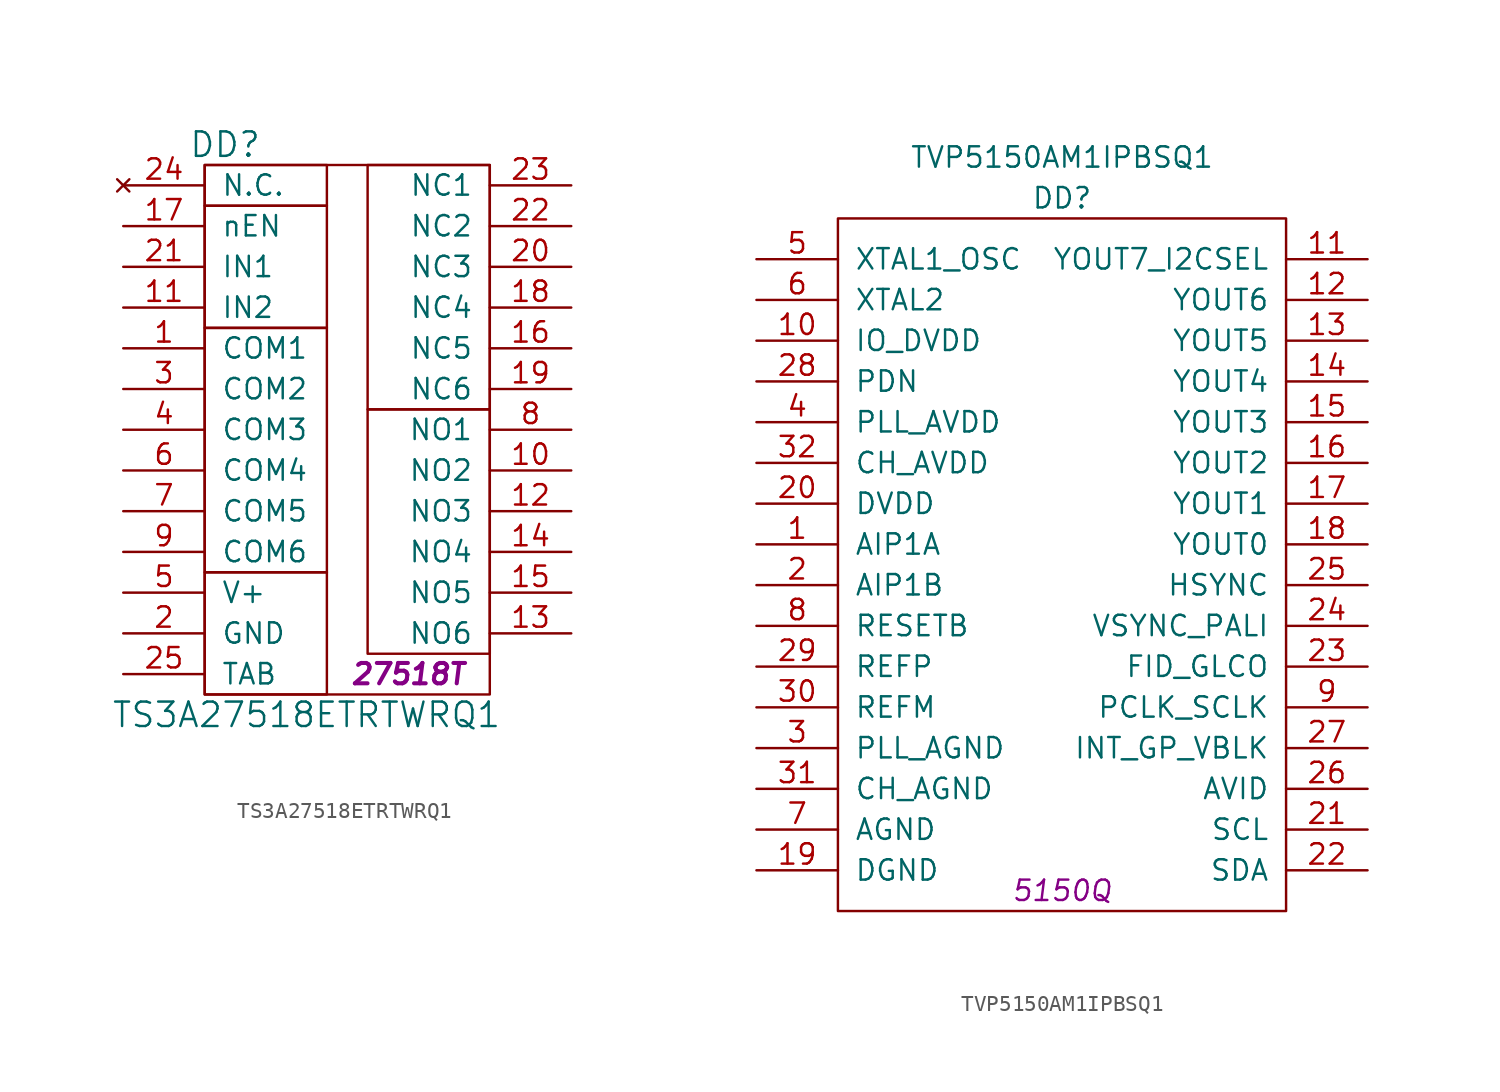
<source format=kicad_sym>
(kicad_symbol_lib
  (version 20211014)
  (generator kicad_symbol_editor)
  (symbol "TS3A27518ETRTWRQ1"
    (pin_names
      (offset 1.016))
    (property "Reference" "DD"
      (at -7.62 16.51 0)
      (effects (font (size 1.524 1.524))))
    (property "Value" "TS3A27518ETRTWRQ1"
      (at -2.54 -19.05 0)
      (effects (font (size 1.524 1.524))))
    (property "Mark" "27518T"
      (at 3.81 -16.51 0)
      (effects (font (size 1.27 1.27) bold italic)))
    (symbol "TS3A27518ETRTWRQ1_0_1"
      (rectangle (start -8.89 -10.16) (end -1.27 -17.78) (stroke (width 0) (type default) (color 0 0 0 0)) (fill (type none)))
      (rectangle (start -8.89 5.08) (end -1.27 -10.16) (stroke (width 0) (type default) (color 0 0 0 0)) (fill (type none)))
      (rectangle (start -8.89 12.7) (end -1.27 5.08) (stroke (width 0) (type default) (color 0 0 0 0)) (fill (type none)))
      (rectangle (start -8.89 15.24) (end -1.27 12.7) (stroke (width 0) (type default) (color 0 0 0 0)) (fill (type none)))
      (rectangle (start -8.89 15.24) (end 8.89 -17.78) (stroke (width 0) (type default) (color 0 0 0 0)) (fill (type none)))
      (rectangle (start 1.27 0) (end 8.89 -15.24) (stroke (width 0) (type default) (color 0 0 0 0)) (fill (type none)))
      (rectangle (start 1.27 15.24) (end 8.89 0) (stroke (width 0) (type default) (color 0 0 0 0)) (fill (type none))))
    (symbol "TS3A27518ETRTWRQ1_1_1"
      (pin passive line (at -13.97 3.81 0) (length 5.08) (name "COM1" (effects (font (size 1.27 1.27)))) (number "1" (effects (font (size 1.27 1.27)))))
      (pin passive line (at 13.97 -3.81 180) (length 5.08) (name "NO2" (effects (font (size 1.27 1.27)))) (number "10" (effects (font (size 1.27 1.27)))))
      (pin passive line (at -13.97 6.35 0) (length 5.08) (name "IN2" (effects (font (size 1.27 1.27)))) (number "11" (effects (font (size 1.27 1.27)))))
      (pin passive line (at 13.97 -6.35 180) (length 5.08) (name "NO3" (effects (font (size 1.27 1.27)))) (number "12" (effects (font (size 1.27 1.27)))))
      (pin passive line (at 13.97 -13.97 180) (length 5.08) (name "NO6" (effects (font (size 1.27 1.27)))) (number "13" (effects (font (size 1.27 1.27)))))
      (pin passive line (at 13.97 -8.89 180) (length 5.08) (name "NO4" (effects (font (size 1.27 1.27)))) (number "14" (effects (font (size 1.27 1.27)))))
      (pin passive line (at 13.97 -11.43 180) (length 5.08) (name "NO5" (effects (font (size 1.27 1.27)))) (number "15" (effects (font (size 1.27 1.27)))))
      (pin passive line (at 13.97 3.81 180) (length 5.08) (name "NC5" (effects (font (size 1.27 1.27)))) (number "16" (effects (font (size 1.27 1.27)))))
      (pin passive line (at -13.97 11.43 0) (length 5.08) (name "nEN" (effects (font (size 1.27 1.27)))) (number "17" (effects (font (size 1.27 1.27)))))
      (pin passive line (at 13.97 6.35 180) (length 5.08) (name "NC4" (effects (font (size 1.27 1.27)))) (number "18" (effects (font (size 1.27 1.27)))))
      (pin passive line (at 13.97 1.27 180) (length 5.08) (name "NC6" (effects (font (size 1.27 1.27)))) (number "19" (effects (font (size 1.27 1.27)))))
      (pin passive line (at -13.97 -13.97 0) (length 5.08) (name "GND" (effects (font (size 1.27 1.27)))) (number "2" (effects (font (size 1.27 1.27)))))
      (pin passive line (at 13.97 8.89 180) (length 5.08) (name "NC3" (effects (font (size 1.27 1.27)))) (number "20" (effects (font (size 1.27 1.27)))))
      (pin passive line (at -13.97 8.89 0) (length 5.08) (name "IN1" (effects (font (size 1.27 1.27)))) (number "21" (effects (font (size 1.27 1.27)))))
      (pin passive line (at 13.97 11.43 180) (length 5.08) (name "NC2" (effects (font (size 1.27 1.27)))) (number "22" (effects (font (size 1.27 1.27)))))
      (pin passive line (at 13.97 13.97 180) (length 5.08) (name "NC1" (effects (font (size 1.27 1.27)))) (number "23" (effects (font (size 1.27 1.27)))))
      (pin no_connect line (at -13.97 13.97 0) (length 5.08) (name "N.C." (effects (font (size 1.27 1.27)))) (number "24" (effects (font (size 1.27 1.27)))))
      (pin passive line (at -13.97 -16.51 0) (length 5.08) (name "TAB" (effects (font (size 1.27 1.27)))) (number "25" (effects (font (size 1.27 1.27)))))
      (pin passive line (at -13.97 1.27 0) (length 5.08) (name "COM2" (effects (font (size 1.27 1.27)))) (number "3" (effects (font (size 1.27 1.27)))))
      (pin passive line (at -13.97 -1.27 0) (length 5.08) (name "COM3" (effects (font (size 1.27 1.27)))) (number "4" (effects (font (size 1.27 1.27)))))
      (pin passive line (at -13.97 -11.43 0) (length 5.08) (name "V+" (effects (font (size 1.27 1.27)))) (number "5" (effects (font (size 1.27 1.27)))))
      (pin passive line (at -13.97 -3.81 0) (length 5.08) (name "COM4" (effects (font (size 1.27 1.27)))) (number "6" (effects (font (size 1.27 1.27)))))
      (pin passive line (at -13.97 -6.35 0) (length 5.08) (name "COM5" (effects (font (size 1.27 1.27)))) (number "7" (effects (font (size 1.27 1.27)))))
      (pin passive line (at 13.97 -1.27 180) (length 5.08) (name "NO1" (effects (font (size 1.27 1.27)))) (number "8" (effects (font (size 1.27 1.27)))))
      (pin passive line (at -13.97 -8.89 0) (length 5.08) (name "COM6" (effects (font (size 1.27 1.27)))) (number "9" (effects (font (size 1.27 1.27)))))))
  (symbol "TVP5150AM1IPBSQ1"
    (pin_names
      (offset 1.016))
    (property "Reference" "DD"
      (at 13.97 1.27 0)
      (effects (font (size 1.27 1.27))))
    (property "Value" "TVP5150AM1IPBSQ1"
      (at 13.97 3.81 0)
      (effects (font (size 1.27 1.27))))
    (property "Mark" "5150Q"
      (at 13.97 -41.91 0)
      (effects (font (size 1.27 1.27) italic)))
    (symbol "TVP5150AM1IPBSQ1_0_1"
      (rectangle (start 0 0) (end 27.94 -43.18) (stroke (width 0) (type default) (color 0 0 0 0)) (fill (type none))))
    (symbol "TVP5150AM1IPBSQ1_1_1"
      (pin passive line (at -5.08 -20.32 0) (length 5.08) (name "AIP1A" (effects (font (size 1.27 1.27)))) (number "1" (effects (font (size 1.27 1.27)))))
      (pin passive line (at -5.08 -7.62 0) (length 5.08) (name "IO_DVDD" (effects (font (size 1.27 1.27)))) (number "10" (effects (font (size 1.27 1.27)))))
      (pin passive line (at 33.02 -2.54 180) (length 5.08) (name "YOUT7_I2CSEL" (effects (font (size 1.27 1.27)))) (number "11" (effects (font (size 1.27 1.27)))))
      (pin passive line (at 33.02 -5.08 180) (length 5.08) (name "YOUT6" (effects (font (size 1.27 1.27)))) (number "12" (effects (font (size 1.27 1.27)))))
      (pin passive line (at 33.02 -7.62 180) (length 5.08) (name "YOUT5" (effects (font (size 1.27 1.27)))) (number "13" (effects (font (size 1.27 1.27)))))
      (pin passive line (at 33.02 -10.16 180) (length 5.08) (name "YOUT4" (effects (font (size 1.27 1.27)))) (number "14" (effects (font (size 1.27 1.27)))))
      (pin passive line (at 33.02 -12.7 180) (length 5.08) (name "YOUT3" (effects (font (size 1.27 1.27)))) (number "15" (effects (font (size 1.27 1.27)))))
      (pin passive line (at 33.02 -15.24 180) (length 5.08) (name "YOUT2" (effects (font (size 1.27 1.27)))) (number "16" (effects (font (size 1.27 1.27)))))
      (pin passive line (at 33.02 -17.78 180) (length 5.08) (name "YOUT1" (effects (font (size 1.27 1.27)))) (number "17" (effects (font (size 1.27 1.27)))))
      (pin passive line (at 33.02 -20.32 180) (length 5.08) (name "YOUT0" (effects (font (size 1.27 1.27)))) (number "18" (effects (font (size 1.27 1.27)))))
      (pin passive line (at -5.08 -40.64 0) (length 5.08) (name "DGND" (effects (font (size 1.27 1.27)))) (number "19" (effects (font (size 1.27 1.27)))))
      (pin passive line (at -5.08 -22.86 0) (length 5.08) (name "AIP1B" (effects (font (size 1.27 1.27)))) (number "2" (effects (font (size 1.27 1.27)))))
      (pin passive line (at -5.08 -17.78 0) (length 5.08) (name "DVDD" (effects (font (size 1.27 1.27)))) (number "20" (effects (font (size 1.27 1.27)))))
      (pin passive line (at 33.02 -38.1 180) (length 5.08) (name "SCL" (effects (font (size 1.27 1.27)))) (number "21" (effects (font (size 1.27 1.27)))))
      (pin passive line (at 33.02 -40.64 180) (length 5.08) (name "SDA" (effects (font (size 1.27 1.27)))) (number "22" (effects (font (size 1.27 1.27)))))
      (pin passive line (at 33.02 -27.94 180) (length 5.08) (name "FID_GLCO" (effects (font (size 1.27 1.27)))) (number "23" (effects (font (size 1.27 1.27)))))
      (pin passive line (at 33.02 -25.4 180) (length 5.08) (name "VSYNC_PALI" (effects (font (size 1.27 1.27)))) (number "24" (effects (font (size 1.27 1.27)))))
      (pin passive line (at 33.02 -22.86 180) (length 5.08) (name "HSYNC" (effects (font (size 1.27 1.27)))) (number "25" (effects (font (size 1.27 1.27)))))
      (pin passive line (at 33.02 -35.56 180) (length 5.08) (name "AVID" (effects (font (size 1.27 1.27)))) (number "26" (effects (font (size 1.27 1.27)))))
      (pin passive line (at 33.02 -33.02 180) (length 5.08) (name "INT_GP_VBLK" (effects (font (size 1.27 1.27)))) (number "27" (effects (font (size 1.27 1.27)))))
      (pin passive line (at -5.08 -10.16 0) (length 5.08) (name "PDN" (effects (font (size 1.27 1.27)))) (number "28" (effects (font (size 1.27 1.27)))))
      (pin passive line (at -5.08 -27.94 0) (length 5.08) (name "REFP" (effects (font (size 1.27 1.27)))) (number "29" (effects (font (size 1.27 1.27)))))
      (pin passive line (at -5.08 -33.02 0) (length 5.08) (name "PLL_AGND" (effects (font (size 1.27 1.27)))) (number "3" (effects (font (size 1.27 1.27)))))
      (pin passive line (at -5.08 -30.48 0) (length 5.08) (name "REFM" (effects (font (size 1.27 1.27)))) (number "30" (effects (font (size 1.27 1.27)))))
      (pin passive line (at -5.08 -35.56 0) (length 5.08) (name "CH_AGND" (effects (font (size 1.27 1.27)))) (number "31" (effects (font (size 1.27 1.27)))))
      (pin passive line (at -5.08 -15.24 0) (length 5.08) (name "CH_AVDD" (effects (font (size 1.27 1.27)))) (number "32" (effects (font (size 1.27 1.27)))))
      (pin passive line (at -5.08 -12.7 0) (length 5.08) (name "PLL_AVDD" (effects (font (size 1.27 1.27)))) (number "4" (effects (font (size 1.27 1.27)))))
      (pin passive line (at -5.08 -2.54 0) (length 5.08) (name "XTAL1_OSC" (effects (font (size 1.27 1.27)))) (number "5" (effects (font (size 1.27 1.27)))))
      (pin passive line (at -5.08 -5.08 0) (length 5.08) (name "XTAL2" (effects (font (size 1.27 1.27)))) (number "6" (effects (font (size 1.27 1.27)))))
      (pin passive line (at -5.08 -38.1 0) (length 5.08) (name "AGND" (effects (font (size 1.27 1.27)))) (number "7" (effects (font (size 1.27 1.27)))))
      (pin passive line (at -5.08 -25.4 0) (length 5.08) (name "RESETB" (effects (font (size 1.27 1.27)))) (number "8" (effects (font (size 1.27 1.27)))))
      (pin passive line (at 33.02 -30.48 180) (length 5.08) (name "PCLK_SCLK" (effects (font (size 1.27 1.27)))) (number "9" (effects (font (size 1.27 1.27))))))))
</source>
